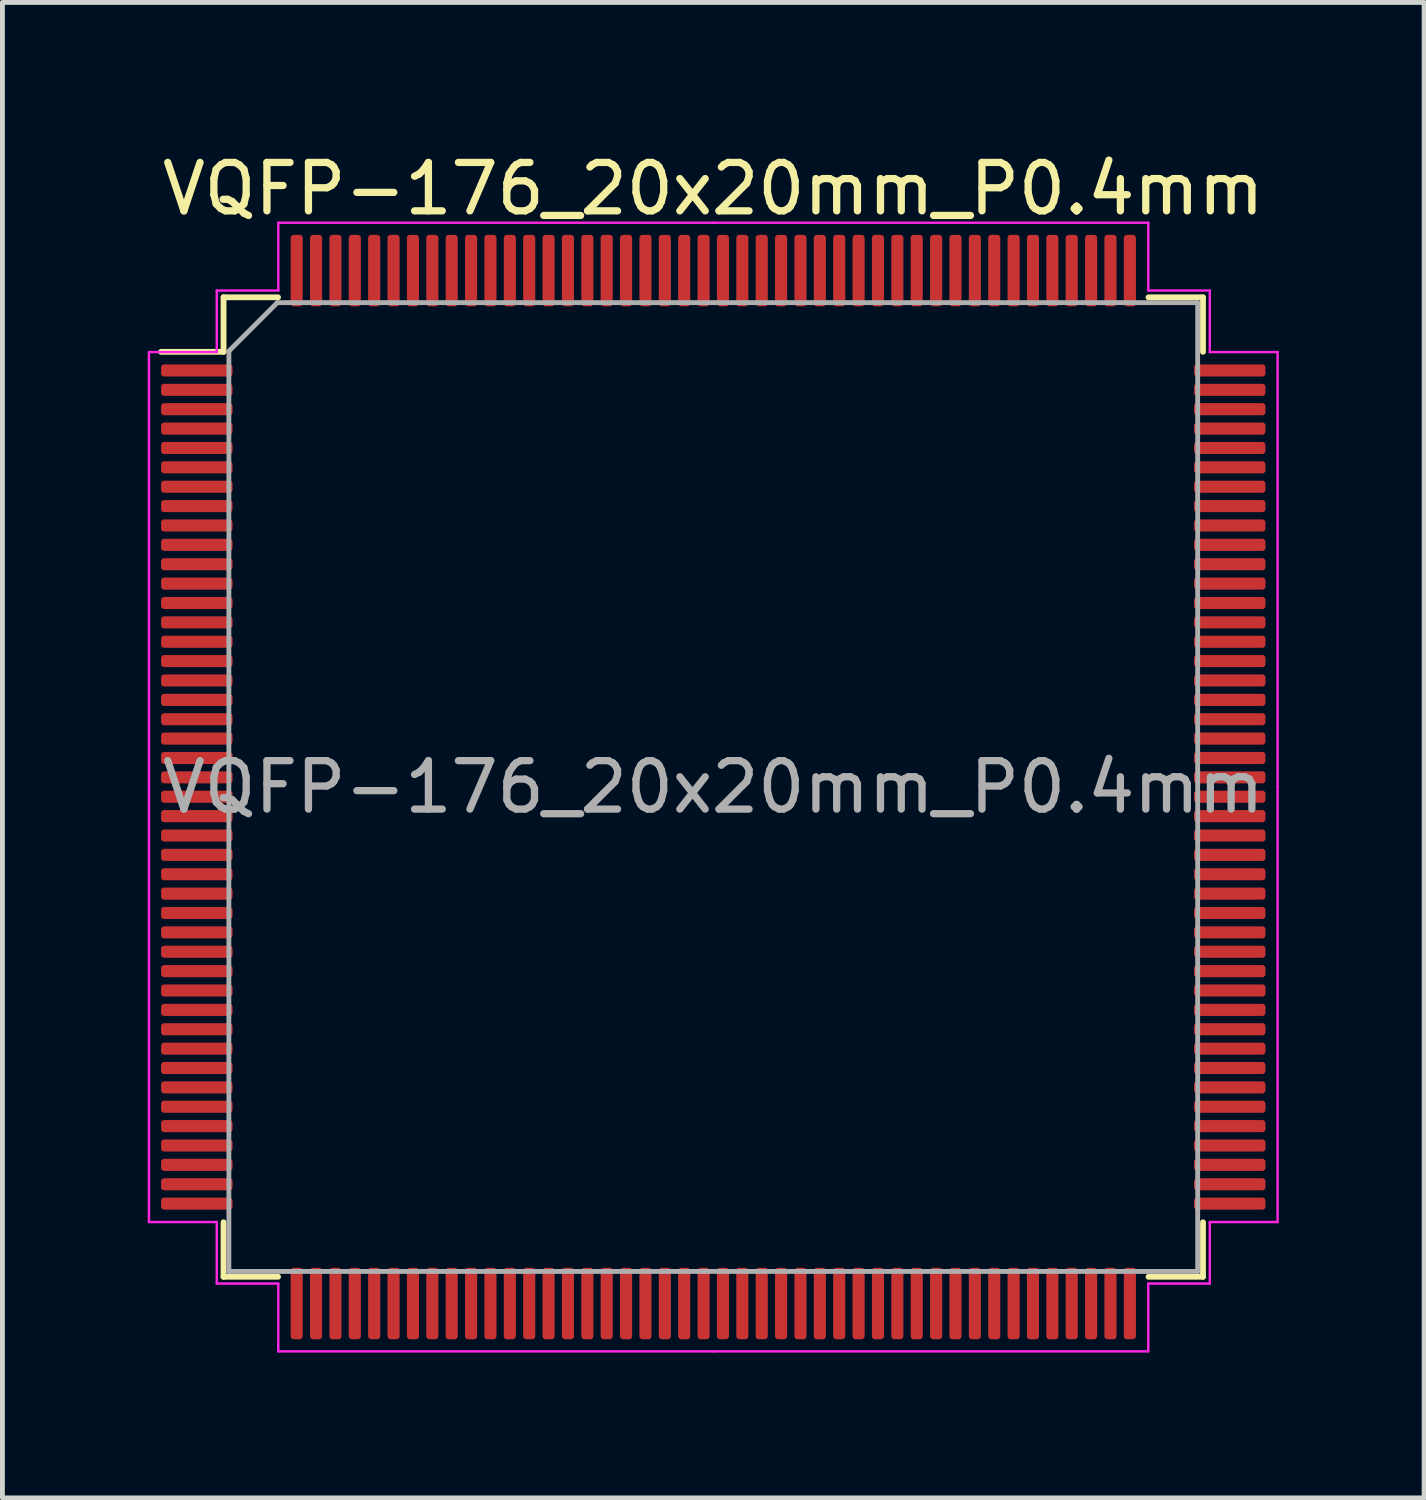
<source format=kicad_pcb>
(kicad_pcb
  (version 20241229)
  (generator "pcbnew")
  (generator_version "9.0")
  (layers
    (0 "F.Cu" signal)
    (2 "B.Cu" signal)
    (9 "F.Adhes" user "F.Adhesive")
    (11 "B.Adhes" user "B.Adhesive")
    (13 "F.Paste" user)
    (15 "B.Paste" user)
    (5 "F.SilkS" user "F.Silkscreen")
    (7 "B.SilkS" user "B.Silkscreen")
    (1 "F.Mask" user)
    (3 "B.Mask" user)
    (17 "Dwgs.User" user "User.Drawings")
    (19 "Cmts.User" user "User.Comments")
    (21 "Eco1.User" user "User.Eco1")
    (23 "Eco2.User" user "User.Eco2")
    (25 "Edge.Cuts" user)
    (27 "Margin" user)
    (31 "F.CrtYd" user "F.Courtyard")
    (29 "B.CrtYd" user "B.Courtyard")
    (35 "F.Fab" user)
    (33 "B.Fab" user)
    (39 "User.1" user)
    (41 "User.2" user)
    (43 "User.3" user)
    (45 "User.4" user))
  (footprint "VQFP-176_20x20mm_P0.4mm"
    (layer "F.Cu")
    (at 11.675 13.198)
    (property "Reference" "VQFP-176_20x20mm_P0.4mm" (at 0 -12.35 0) (layer "F.SilkS") (effects (font (size 1 1) (thickness 0.15))))
    (attr smd)
    (fp_line (start -10.11 -10.11) (end -10.11 -8.985) (stroke (width 0.12) (type solid)) (layer "F.SilkS"))
    (fp_line (start -10.11 -8.985) (end -11.4 -8.985) (stroke (width 0.12) (type solid)) (layer "F.SilkS"))
    (fp_line (start -10.11 10.11) (end -10.11 8.985) (stroke (width 0.12) (type solid)) (layer "F.SilkS"))
    (fp_line (start -8.985 -10.11) (end -10.11 -10.11) (stroke (width 0.12) (type solid)) (layer "F.SilkS"))
    (fp_line (start -8.985 10.11) (end -10.11 10.11) (stroke (width 0.12) (type solid)) (layer "F.SilkS"))
    (fp_line (start 8.985 -10.11) (end 10.11 -10.11) (stroke (width 0.12) (type solid)) (layer "F.SilkS"))
    (fp_line (start 8.985 10.11) (end 10.11 10.11) (stroke (width 0.12) (type solid)) (layer "F.SilkS"))
    (fp_line (start 10.11 -10.11) (end 10.11 -8.985) (stroke (width 0.12) (type solid)) (layer "F.SilkS"))
    (fp_line (start 10.11 10.11) (end 10.11 8.985) (stroke (width 0.12) (type solid)) (layer "F.SilkS"))
    (fp_line (start -11.65 -8.98) (end -11.65 0) (stroke (width 0.05) (type solid)) (layer "F.CrtYd"))
    (fp_line (start -11.65 8.98) (end -11.65 0) (stroke (width 0.05) (type solid)) (layer "F.CrtYd"))
    (fp_line (start -10.25 -10.25) (end -10.25 -8.98) (stroke (width 0.05) (type solid)) (layer "F.CrtYd"))
    (fp_line (start -10.25 -8.98) (end -11.65 -8.98) (stroke (width 0.05) (type solid)) (layer "F.CrtYd"))
    (fp_line (start -10.25 8.98) (end -11.65 8.98) (stroke (width 0.05) (type solid)) (layer "F.CrtYd"))
    (fp_line (start -10.25 10.25) (end -10.25 8.98) (stroke (width 0.05) (type solid)) (layer "F.CrtYd"))
    (fp_line (start -8.98 -11.65) (end -8.98 -10.25) (stroke (width 0.05) (type solid)) (layer "F.CrtYd"))
    (fp_line (start -8.98 -10.25) (end -10.25 -10.25) (stroke (width 0.05) (type solid)) (layer "F.CrtYd"))
    (fp_line (start -8.98 10.25) (end -10.25 10.25) (stroke (width 0.05) (type solid)) (layer "F.CrtYd"))
    (fp_line (start -8.98 11.65) (end -8.98 10.25) (stroke (width 0.05) (type solid)) (layer "F.CrtYd"))
    (fp_line (start 0 -11.65) (end -8.98 -11.65) (stroke (width 0.05) (type solid)) (layer "F.CrtYd"))
    (fp_line (start 0 -11.65) (end 8.98 -11.65) (stroke (width 0.05) (type solid)) (layer "F.CrtYd"))
    (fp_line (start 0 11.65) (end -8.98 11.65) (stroke (width 0.05) (type solid)) (layer "F.CrtYd"))
    (fp_line (start 0 11.65) (end 8.98 11.65) (stroke (width 0.05) (type solid)) (layer "F.CrtYd"))
    (fp_line (start 8.98 -11.65) (end 8.98 -10.25) (stroke (width 0.05) (type solid)) (layer "F.CrtYd"))
    (fp_line (start 8.98 -10.25) (end 10.25 -10.25) (stroke (width 0.05) (type solid)) (layer "F.CrtYd"))
    (fp_line (start 8.98 10.25) (end 10.25 10.25) (stroke (width 0.05) (type solid)) (layer "F.CrtYd"))
    (fp_line (start 8.98 11.65) (end 8.98 10.25) (stroke (width 0.05) (type solid)) (layer "F.CrtYd"))
    (fp_line (start 10.25 -10.25) (end 10.25 -8.98) (stroke (width 0.05) (type solid)) (layer "F.CrtYd"))
    (fp_line (start 10.25 -8.98) (end 11.65 -8.98) (stroke (width 0.05) (type solid)) (layer "F.CrtYd"))
    (fp_line (start 10.25 8.98) (end 11.65 8.98) (stroke (width 0.05) (type solid)) (layer "F.CrtYd"))
    (fp_line (start 10.25 10.25) (end 10.25 8.98) (stroke (width 0.05) (type solid)) (layer "F.CrtYd"))
    (fp_line (start 11.65 -8.98) (end 11.65 0) (stroke (width 0.05) (type solid)) (layer "F.CrtYd"))
    (fp_line (start 11.65 8.98) (end 11.65 0) (stroke (width 0.05) (type solid)) (layer "F.CrtYd"))
    (fp_line (start -10 -9) (end -9 -10) (stroke (width 0.1) (type solid)) (layer "F.Fab"))
    (fp_line (start -10 10) (end -10 -9) (stroke (width 0.1) (type solid)) (layer "F.Fab"))
    (fp_line (start -9 -10) (end 10 -10) (stroke (width 0.1) (type solid)) (layer "F.Fab"))
    (fp_line (start 10 -10) (end 10 10) (stroke (width 0.1) (type solid)) (layer "F.Fab"))
    (fp_line (start 10 10) (end -10 10) (stroke (width 0.1) (type solid)) (layer "F.Fab"))
    (fp_text user "${REFERENCE}" (at 0 0 0) (layer "F.Fab") (effects (font (size 1 1) (thickness 0.15))))
    (pad "1" smd roundrect (at -10.662 -8.6) (size 1.475 0.25) (layers "F.Cu" "F.Mask" "F.Paste") (roundrect_rratio 0.25))
    (pad "2" smd roundrect (at -10.662 -8.2) (size 1.475 0.25) (layers "F.Cu" "F.Mask" "F.Paste") (roundrect_rratio 0.25))
    (pad "3" smd roundrect (at -10.662 -7.8) (size 1.475 0.25) (layers "F.Cu" "F.Mask" "F.Paste") (roundrect_rratio 0.25))
    (pad "4" smd roundrect (at -10.662 -7.4) (size 1.475 0.25) (layers "F.Cu" "F.Mask" "F.Paste") (roundrect_rratio 0.25))
    (pad "5" smd roundrect (at -10.662 -7) (size 1.475 0.25) (layers "F.Cu" "F.Mask" "F.Paste") (roundrect_rratio 0.25))
    (pad "6" smd roundrect (at -10.662 -6.6) (size 1.475 0.25) (layers "F.Cu" "F.Mask" "F.Paste") (roundrect_rratio 0.25))
    (pad "7" smd roundrect (at -10.662 -6.2) (size 1.475 0.25) (layers "F.Cu" "F.Mask" "F.Paste") (roundrect_rratio 0.25))
    (pad "8" smd roundrect (at -10.662 -5.8) (size 1.475 0.25) (layers "F.Cu" "F.Mask" "F.Paste") (roundrect_rratio 0.25))
    (pad "9" smd roundrect (at -10.662 -5.4) (size 1.475 0.25) (layers "F.Cu" "F.Mask" "F.Paste") (roundrect_rratio 0.25))
    (pad "10" smd roundrect (at -10.662 -5) (size 1.475 0.25) (layers "F.Cu" "F.Mask" "F.Paste") (roundrect_rratio 0.25))
    (pad "11" smd roundrect (at -10.662 -4.6) (size 1.475 0.25) (layers "F.Cu" "F.Mask" "F.Paste") (roundrect_rratio 0.25))
    (pad "12" smd roundrect (at -10.662 -4.2) (size 1.475 0.25) (layers "F.Cu" "F.Mask" "F.Paste") (roundrect_rratio 0.25))
    (pad "13" smd roundrect (at -10.662 -3.8) (size 1.475 0.25) (layers "F.Cu" "F.Mask" "F.Paste") (roundrect_rratio 0.25))
    (pad "14" smd roundrect (at -10.662 -3.4) (size 1.475 0.25) (layers "F.Cu" "F.Mask" "F.Paste") (roundrect_rratio 0.25))
    (pad "15" smd roundrect (at -10.662 -3) (size 1.475 0.25) (layers "F.Cu" "F.Mask" "F.Paste") (roundrect_rratio 0.25))
    (pad "16" smd roundrect (at -10.662 -2.6) (size 1.475 0.25) (layers "F.Cu" "F.Mask" "F.Paste") (roundrect_rratio 0.25))
    (pad "17" smd roundrect (at -10.662 -2.2) (size 1.475 0.25) (layers "F.Cu" "F.Mask" "F.Paste") (roundrect_rratio 0.25))
    (pad "18" smd roundrect (at -10.662 -1.8) (size 1.475 0.25) (layers "F.Cu" "F.Mask" "F.Paste") (roundrect_rratio 0.25))
    (pad "19" smd roundrect (at -10.662 -1.4) (size 1.475 0.25) (layers "F.Cu" "F.Mask" "F.Paste") (roundrect_rratio 0.25))
    (pad "20" smd roundrect (at -10.662 -1) (size 1.475 0.25) (layers "F.Cu" "F.Mask" "F.Paste") (roundrect_rratio 0.25))
    (pad "21" smd roundrect (at -10.662 -0.6) (size 1.475 0.25) (layers "F.Cu" "F.Mask" "F.Paste") (roundrect_rratio 0.25))
    (pad "22" smd roundrect (at -10.662 -0.2) (size 1.475 0.25) (layers "F.Cu" "F.Mask" "F.Paste") (roundrect_rratio 0.25))
    (pad "23" smd roundrect (at -10.662 0.2) (size 1.475 0.25) (layers "F.Cu" "F.Mask" "F.Paste") (roundrect_rratio 0.25))
    (pad "24" smd roundrect (at -10.662 0.6) (size 1.475 0.25) (layers "F.Cu" "F.Mask" "F.Paste") (roundrect_rratio 0.25))
    (pad "25" smd roundrect (at -10.662 1) (size 1.475 0.25) (layers "F.Cu" "F.Mask" "F.Paste") (roundrect_rratio 0.25))
    (pad "26" smd roundrect (at -10.662 1.4) (size 1.475 0.25) (layers "F.Cu" "F.Mask" "F.Paste") (roundrect_rratio 0.25))
    (pad "27" smd roundrect (at -10.662 1.8) (size 1.475 0.25) (layers "F.Cu" "F.Mask" "F.Paste") (roundrect_rratio 0.25))
    (pad "28" smd roundrect (at -10.662 2.2) (size 1.475 0.25) (layers "F.Cu" "F.Mask" "F.Paste") (roundrect_rratio 0.25))
    (pad "29" smd roundrect (at -10.662 2.6) (size 1.475 0.25) (layers "F.Cu" "F.Mask" "F.Paste") (roundrect_rratio 0.25))
    (pad "30" smd roundrect (at -10.662 3) (size 1.475 0.25) (layers "F.Cu" "F.Mask" "F.Paste") (roundrect_rratio 0.25))
    (pad "31" smd roundrect (at -10.662 3.4) (size 1.475 0.25) (layers "F.Cu" "F.Mask" "F.Paste") (roundrect_rratio 0.25))
    (pad "32" smd roundrect (at -10.662 3.8) (size 1.475 0.25) (layers "F.Cu" "F.Mask" "F.Paste") (roundrect_rratio 0.25))
    (pad "33" smd roundrect (at -10.662 4.2) (size 1.475 0.25) (layers "F.Cu" "F.Mask" "F.Paste") (roundrect_rratio 0.25))
    (pad "34" smd roundrect (at -10.662 4.6) (size 1.475 0.25) (layers "F.Cu" "F.Mask" "F.Paste") (roundrect_rratio 0.25))
    (pad "35" smd roundrect (at -10.662 5) (size 1.475 0.25) (layers "F.Cu" "F.Mask" "F.Paste") (roundrect_rratio 0.25))
    (pad "36" smd roundrect (at -10.662 5.4) (size 1.475 0.25) (layers "F.Cu" "F.Mask" "F.Paste") (roundrect_rratio 0.25))
    (pad "37" smd roundrect (at -10.662 5.8) (size 1.475 0.25) (layers "F.Cu" "F.Mask" "F.Paste") (roundrect_rratio 0.25))
    (pad "38" smd roundrect (at -10.662 6.2) (size 1.475 0.25) (layers "F.Cu" "F.Mask" "F.Paste") (roundrect_rratio 0.25))
    (pad "39" smd roundrect (at -10.662 6.6) (size 1.475 0.25) (layers "F.Cu" "F.Mask" "F.Paste") (roundrect_rratio 0.25))
    (pad "40" smd roundrect (at -10.662 7) (size 1.475 0.25) (layers "F.Cu" "F.Mask" "F.Paste") (roundrect_rratio 0.25))
    (pad "41" smd roundrect (at -10.662 7.4) (size 1.475 0.25) (layers "F.Cu" "F.Mask" "F.Paste") (roundrect_rratio 0.25))
    (pad "42" smd roundrect (at -10.662 7.8) (size 1.475 0.25) (layers "F.Cu" "F.Mask" "F.Paste") (roundrect_rratio 0.25))
    (pad "43" smd roundrect (at -10.662 8.2) (size 1.475 0.25) (layers "F.Cu" "F.Mask" "F.Paste") (roundrect_rratio 0.25))
    (pad "44" smd roundrect (at -10.662 8.6) (size 1.475 0.25) (layers "F.Cu" "F.Mask" "F.Paste") (roundrect_rratio 0.25))
    (pad "45" smd roundrect (at -8.6 10.662) (size 0.25 1.475) (layers "F.Cu" "F.Mask" "F.Paste") (roundrect_rratio 0.25))
    (pad "46" smd roundrect (at -8.2 10.662) (size 0.25 1.475) (layers "F.Cu" "F.Mask" "F.Paste") (roundrect_rratio 0.25))
    (pad "47" smd roundrect (at -7.8 10.662) (size 0.25 1.475) (layers "F.Cu" "F.Mask" "F.Paste") (roundrect_rratio 0.25))
    (pad "48" smd roundrect (at -7.4 10.662) (size 0.25 1.475) (layers "F.Cu" "F.Mask" "F.Paste") (roundrect_rratio 0.25))
    (pad "49" smd roundrect (at -7 10.662) (size 0.25 1.475) (layers "F.Cu" "F.Mask" "F.Paste") (roundrect_rratio 0.25))
    (pad "50" smd roundrect (at -6.6 10.662) (size 0.25 1.475) (layers "F.Cu" "F.Mask" "F.Paste") (roundrect_rratio 0.25))
    (pad "51" smd roundrect (at -6.2 10.662) (size 0.25 1.475) (layers "F.Cu" "F.Mask" "F.Paste") (roundrect_rratio 0.25))
    (pad "52" smd roundrect (at -5.8 10.662) (size 0.25 1.475) (layers "F.Cu" "F.Mask" "F.Paste") (roundrect_rratio 0.25))
    (pad "53" smd roundrect (at -5.4 10.662) (size 0.25 1.475) (layers "F.Cu" "F.Mask" "F.Paste") (roundrect_rratio 0.25))
    (pad "54" smd roundrect (at -5 10.662) (size 0.25 1.475) (layers "F.Cu" "F.Mask" "F.Paste") (roundrect_rratio 0.25))
    (pad "55" smd roundrect (at -4.6 10.662) (size 0.25 1.475) (layers "F.Cu" "F.Mask" "F.Paste") (roundrect_rratio 0.25))
    (pad "56" smd roundrect (at -4.2 10.662) (size 0.25 1.475) (layers "F.Cu" "F.Mask" "F.Paste") (roundrect_rratio 0.25))
    (pad "57" smd roundrect (at -3.8 10.662) (size 0.25 1.475) (layers "F.Cu" "F.Mask" "F.Paste") (roundrect_rratio 0.25))
    (pad "58" smd roundrect (at -3.4 10.662) (size 0.25 1.475) (layers "F.Cu" "F.Mask" "F.Paste") (roundrect_rratio 0.25))
    (pad "59" smd roundrect (at -3 10.662) (size 0.25 1.475) (layers "F.Cu" "F.Mask" "F.Paste") (roundrect_rratio 0.25))
    (pad "60" smd roundrect (at -2.6 10.662) (size 0.25 1.475) (layers "F.Cu" "F.Mask" "F.Paste") (roundrect_rratio 0.25))
    (pad "61" smd roundrect (at -2.2 10.662) (size 0.25 1.475) (layers "F.Cu" "F.Mask" "F.Paste") (roundrect_rratio 0.25))
    (pad "62" smd roundrect (at -1.8 10.662) (size 0.25 1.475) (layers "F.Cu" "F.Mask" "F.Paste") (roundrect_rratio 0.25))
    (pad "63" smd roundrect (at -1.4 10.662) (size 0.25 1.475) (layers "F.Cu" "F.Mask" "F.Paste") (roundrect_rratio 0.25))
    (pad "64" smd roundrect (at -1 10.662) (size 0.25 1.475) (layers "F.Cu" "F.Mask" "F.Paste") (roundrect_rratio 0.25))
    (pad "65" smd roundrect (at -0.6 10.662) (size 0.25 1.475) (layers "F.Cu" "F.Mask" "F.Paste") (roundrect_rratio 0.25))
    (pad "66" smd roundrect (at -0.2 10.662) (size 0.25 1.475) (layers "F.Cu" "F.Mask" "F.Paste") (roundrect_rratio 0.25))
    (pad "67" smd roundrect (at 0.2 10.662) (size 0.25 1.475) (layers "F.Cu" "F.Mask" "F.Paste") (roundrect_rratio 0.25))
    (pad "68" smd roundrect (at 0.6 10.662) (size 0.25 1.475) (layers "F.Cu" "F.Mask" "F.Paste") (roundrect_rratio 0.25))
    (pad "69" smd roundrect (at 1 10.662) (size 0.25 1.475) (layers "F.Cu" "F.Mask" "F.Paste") (roundrect_rratio 0.25))
    (pad "70" smd roundrect (at 1.4 10.662) (size 0.25 1.475) (layers "F.Cu" "F.Mask" "F.Paste") (roundrect_rratio 0.25))
    (pad "71" smd roundrect (at 1.8 10.662) (size 0.25 1.475) (layers "F.Cu" "F.Mask" "F.Paste") (roundrect_rratio 0.25))
    (pad "72" smd roundrect (at 2.2 10.662) (size 0.25 1.475) (layers "F.Cu" "F.Mask" "F.Paste") (roundrect_rratio 0.25))
    (pad "73" smd roundrect (at 2.6 10.662) (size 0.25 1.475) (layers "F.Cu" "F.Mask" "F.Paste") (roundrect_rratio 0.25))
    (pad "74" smd roundrect (at 3 10.662) (size 0.25 1.475) (layers "F.Cu" "F.Mask" "F.Paste") (roundrect_rratio 0.25))
    (pad "75" smd roundrect (at 3.4 10.662) (size 0.25 1.475) (layers "F.Cu" "F.Mask" "F.Paste") (roundrect_rratio 0.25))
    (pad "76" smd roundrect (at 3.8 10.662) (size 0.25 1.475) (layers "F.Cu" "F.Mask" "F.Paste") (roundrect_rratio 0.25))
    (pad "77" smd roundrect (at 4.2 10.662) (size 0.25 1.475) (layers "F.Cu" "F.Mask" "F.Paste") (roundrect_rratio 0.25))
    (pad "78" smd roundrect (at 4.6 10.662) (size 0.25 1.475) (layers "F.Cu" "F.Mask" "F.Paste") (roundrect_rratio 0.25))
    (pad "79" smd roundrect (at 5 10.662) (size 0.25 1.475) (layers "F.Cu" "F.Mask" "F.Paste") (roundrect_rratio 0.25))
    (pad "80" smd roundrect (at 5.4 10.662) (size 0.25 1.475) (layers "F.Cu" "F.Mask" "F.Paste") (roundrect_rratio 0.25))
    (pad "81" smd roundrect (at 5.8 10.662) (size 0.25 1.475) (layers "F.Cu" "F.Mask" "F.Paste") (roundrect_rratio 0.25))
    (pad "82" smd roundrect (at 6.2 10.662) (size 0.25 1.475) (layers "F.Cu" "F.Mask" "F.Paste") (roundrect_rratio 0.25))
    (pad "83" smd roundrect (at 6.6 10.662) (size 0.25 1.475) (layers "F.Cu" "F.Mask" "F.Paste") (roundrect_rratio 0.25))
    (pad "84" smd roundrect (at 7 10.662) (size 0.25 1.475) (layers "F.Cu" "F.Mask" "F.Paste") (roundrect_rratio 0.25))
    (pad "85" smd roundrect (at 7.4 10.662) (size 0.25 1.475) (layers "F.Cu" "F.Mask" "F.Paste") (roundrect_rratio 0.25))
    (pad "86" smd roundrect (at 7.8 10.662) (size 0.25 1.475) (layers "F.Cu" "F.Mask" "F.Paste") (roundrect_rratio 0.25))
    (pad "87" smd roundrect (at 8.2 10.662) (size 0.25 1.475) (layers "F.Cu" "F.Mask" "F.Paste") (roundrect_rratio 0.25))
    (pad "88" smd roundrect (at 8.6 10.662) (size 0.25 1.475) (layers "F.Cu" "F.Mask" "F.Paste") (roundrect_rratio 0.25))
    (pad "89" smd roundrect (at 10.662 8.6) (size 1.475 0.25) (layers "F.Cu" "F.Mask" "F.Paste") (roundrect_rratio 0.25))
    (pad "90" smd roundrect (at 10.662 8.2) (size 1.475 0.25) (layers "F.Cu" "F.Mask" "F.Paste") (roundrect_rratio 0.25))
    (pad "91" smd roundrect (at 10.662 7.8) (size 1.475 0.25) (layers "F.Cu" "F.Mask" "F.Paste") (roundrect_rratio 0.25))
    (pad "92" smd roundrect (at 10.662 7.4) (size 1.475 0.25) (layers "F.Cu" "F.Mask" "F.Paste") (roundrect_rratio 0.25))
    (pad "93" smd roundrect (at 10.662 7) (size 1.475 0.25) (layers "F.Cu" "F.Mask" "F.Paste") (roundrect_rratio 0.25))
    (pad "94" smd roundrect (at 10.662 6.6) (size 1.475 0.25) (layers "F.Cu" "F.Mask" "F.Paste") (roundrect_rratio 0.25))
    (pad "95" smd roundrect (at 10.662 6.2) (size 1.475 0.25) (layers "F.Cu" "F.Mask" "F.Paste") (roundrect_rratio 0.25))
    (pad "96" smd roundrect (at 10.662 5.8) (size 1.475 0.25) (layers "F.Cu" "F.Mask" "F.Paste") (roundrect_rratio 0.25))
    (pad "97" smd roundrect (at 10.662 5.4) (size 1.475 0.25) (layers "F.Cu" "F.Mask" "F.Paste") (roundrect_rratio 0.25))
    (pad "98" smd roundrect (at 10.662 5) (size 1.475 0.25) (layers "F.Cu" "F.Mask" "F.Paste") (roundrect_rratio 0.25))
    (pad "99" smd roundrect (at 10.662 4.6) (size 1.475 0.25) (layers "F.Cu" "F.Mask" "F.Paste") (roundrect_rratio 0.25))
    (pad "100" smd roundrect (at 10.662 4.2) (size 1.475 0.25) (layers "F.Cu" "F.Mask" "F.Paste") (roundrect_rratio 0.25))
    (pad "101" smd roundrect (at 10.662 3.8) (size 1.475 0.25) (layers "F.Cu" "F.Mask" "F.Paste") (roundrect_rratio 0.25))
    (pad "102" smd roundrect (at 10.662 3.4) (size 1.475 0.25) (layers "F.Cu" "F.Mask" "F.Paste") (roundrect_rratio 0.25))
    (pad "103" smd roundrect (at 10.662 3) (size 1.475 0.25) (layers "F.Cu" "F.Mask" "F.Paste") (roundrect_rratio 0.25))
    (pad "104" smd roundrect (at 10.662 2.6) (size 1.475 0.25) (layers "F.Cu" "F.Mask" "F.Paste") (roundrect_rratio 0.25))
    (pad "105" smd roundrect (at 10.662 2.2) (size 1.475 0.25) (layers "F.Cu" "F.Mask" "F.Paste") (roundrect_rratio 0.25))
    (pad "106" smd roundrect (at 10.662 1.8) (size 1.475 0.25) (layers "F.Cu" "F.Mask" "F.Paste") (roundrect_rratio 0.25))
    (pad "107" smd roundrect (at 10.662 1.4) (size 1.475 0.25) (layers "F.Cu" "F.Mask" "F.Paste") (roundrect_rratio 0.25))
    (pad "108" smd roundrect (at 10.662 1) (size 1.475 0.25) (layers "F.Cu" "F.Mask" "F.Paste") (roundrect_rratio 0.25))
    (pad "109" smd roundrect (at 10.662 0.6) (size 1.475 0.25) (layers "F.Cu" "F.Mask" "F.Paste") (roundrect_rratio 0.25))
    (pad "110" smd roundrect (at 10.662 0.2) (size 1.475 0.25) (layers "F.Cu" "F.Mask" "F.Paste") (roundrect_rratio 0.25))
    (pad "111" smd roundrect (at 10.662 -0.2) (size 1.475 0.25) (layers "F.Cu" "F.Mask" "F.Paste") (roundrect_rratio 0.25))
    (pad "112" smd roundrect (at 10.662 -0.6) (size 1.475 0.25) (layers "F.Cu" "F.Mask" "F.Paste") (roundrect_rratio 0.25))
    (pad "113" smd roundrect (at 10.662 -1) (size 1.475 0.25) (layers "F.Cu" "F.Mask" "F.Paste") (roundrect_rratio 0.25))
    (pad "114" smd roundrect (at 10.662 -1.4) (size 1.475 0.25) (layers "F.Cu" "F.Mask" "F.Paste") (roundrect_rratio 0.25))
    (pad "115" smd roundrect (at 10.662 -1.8) (size 1.475 0.25) (layers "F.Cu" "F.Mask" "F.Paste") (roundrect_rratio 0.25))
    (pad "116" smd roundrect (at 10.662 -2.2) (size 1.475 0.25) (layers "F.Cu" "F.Mask" "F.Paste") (roundrect_rratio 0.25))
    (pad "117" smd roundrect (at 10.662 -2.6) (size 1.475 0.25) (layers "F.Cu" "F.Mask" "F.Paste") (roundrect_rratio 0.25))
    (pad "118" smd roundrect (at 10.662 -3) (size 1.475 0.25) (layers "F.Cu" "F.Mask" "F.Paste") (roundrect_rratio 0.25))
    (pad "119" smd roundrect (at 10.662 -3.4) (size 1.475 0.25) (layers "F.Cu" "F.Mask" "F.Paste") (roundrect_rratio 0.25))
    (pad "120" smd roundrect (at 10.662 -3.8) (size 1.475 0.25) (layers "F.Cu" "F.Mask" "F.Paste") (roundrect_rratio 0.25))
    (pad "121" smd roundrect (at 10.662 -4.2) (size 1.475 0.25) (layers "F.Cu" "F.Mask" "F.Paste") (roundrect_rratio 0.25))
    (pad "122" smd roundrect (at 10.662 -4.6) (size 1.475 0.25) (layers "F.Cu" "F.Mask" "F.Paste") (roundrect_rratio 0.25))
    (pad "123" smd roundrect (at 10.662 -5) (size 1.475 0.25) (layers "F.Cu" "F.Mask" "F.Paste") (roundrect_rratio 0.25))
    (pad "124" smd roundrect (at 10.662 -5.4) (size 1.475 0.25) (layers "F.Cu" "F.Mask" "F.Paste") (roundrect_rratio 0.25))
    (pad "125" smd roundrect (at 10.662 -5.8) (size 1.475 0.25) (layers "F.Cu" "F.Mask" "F.Paste") (roundrect_rratio 0.25))
    (pad "126" smd roundrect (at 10.662 -6.2) (size 1.475 0.25) (layers "F.Cu" "F.Mask" "F.Paste") (roundrect_rratio 0.25))
    (pad "127" smd roundrect (at 10.662 -6.6) (size 1.475 0.25) (layers "F.Cu" "F.Mask" "F.Paste") (roundrect_rratio 0.25))
    (pad "128" smd roundrect (at 10.662 -7) (size 1.475 0.25) (layers "F.Cu" "F.Mask" "F.Paste") (roundrect_rratio 0.25))
    (pad "129" smd roundrect (at 10.662 -7.4) (size 1.475 0.25) (layers "F.Cu" "F.Mask" "F.Paste") (roundrect_rratio 0.25))
    (pad "130" smd roundrect (at 10.662 -7.8) (size 1.475 0.25) (layers "F.Cu" "F.Mask" "F.Paste") (roundrect_rratio 0.25))
    (pad "131" smd roundrect (at 10.662 -8.2) (size 1.475 0.25) (layers "F.Cu" "F.Mask" "F.Paste") (roundrect_rratio 0.25))
    (pad "132" smd roundrect (at 10.662 -8.6) (size 1.475 0.25) (layers "F.Cu" "F.Mask" "F.Paste") (roundrect_rratio 0.25))
    (pad "133" smd roundrect (at 8.6 -10.662) (size 0.25 1.475) (layers "F.Cu" "F.Mask" "F.Paste") (roundrect_rratio 0.25))
    (pad "134" smd roundrect (at 8.2 -10.662) (size 0.25 1.475) (layers "F.Cu" "F.Mask" "F.Paste") (roundrect_rratio 0.25))
    (pad "135" smd roundrect (at 7.8 -10.662) (size 0.25 1.475) (layers "F.Cu" "F.Mask" "F.Paste") (roundrect_rratio 0.25))
    (pad "136" smd roundrect (at 7.4 -10.662) (size 0.25 1.475) (layers "F.Cu" "F.Mask" "F.Paste") (roundrect_rratio 0.25))
    (pad "137" smd roundrect (at 7 -10.662) (size 0.25 1.475) (layers "F.Cu" "F.Mask" "F.Paste") (roundrect_rratio 0.25))
    (pad "138" smd roundrect (at 6.6 -10.662) (size 0.25 1.475) (layers "F.Cu" "F.Mask" "F.Paste") (roundrect_rratio 0.25))
    (pad "139" smd roundrect (at 6.2 -10.662) (size 0.25 1.475) (layers "F.Cu" "F.Mask" "F.Paste") (roundrect_rratio 0.25))
    (pad "140" smd roundrect (at 5.8 -10.662) (size 0.25 1.475) (layers "F.Cu" "F.Mask" "F.Paste") (roundrect_rratio 0.25))
    (pad "141" smd roundrect (at 5.4 -10.662) (size 0.25 1.475) (layers "F.Cu" "F.Mask" "F.Paste") (roundrect_rratio 0.25))
    (pad "142" smd roundrect (at 5 -10.662) (size 0.25 1.475) (layers "F.Cu" "F.Mask" "F.Paste") (roundrect_rratio 0.25))
    (pad "143" smd roundrect (at 4.6 -10.662) (size 0.25 1.475) (layers "F.Cu" "F.Mask" "F.Paste") (roundrect_rratio 0.25))
    (pad "144" smd roundrect (at 4.2 -10.662) (size 0.25 1.475) (layers "F.Cu" "F.Mask" "F.Paste") (roundrect_rratio 0.25))
    (pad "145" smd roundrect (at 3.8 -10.662) (size 0.25 1.475) (layers "F.Cu" "F.Mask" "F.Paste") (roundrect_rratio 0.25))
    (pad "146" smd roundrect (at 3.4 -10.662) (size 0.25 1.475) (layers "F.Cu" "F.Mask" "F.Paste") (roundrect_rratio 0.25))
    (pad "147" smd roundrect (at 3 -10.662) (size 0.25 1.475) (layers "F.Cu" "F.Mask" "F.Paste") (roundrect_rratio 0.25))
    (pad "148" smd roundrect (at 2.6 -10.662) (size 0.25 1.475) (layers "F.Cu" "F.Mask" "F.Paste") (roundrect_rratio 0.25))
    (pad "149" smd roundrect (at 2.2 -10.662) (size 0.25 1.475) (layers "F.Cu" "F.Mask" "F.Paste") (roundrect_rratio 0.25))
    (pad "150" smd roundrect (at 1.8 -10.662) (size 0.25 1.475) (layers "F.Cu" "F.Mask" "F.Paste") (roundrect_rratio 0.25))
    (pad "151" smd roundrect (at 1.4 -10.662) (size 0.25 1.475) (layers "F.Cu" "F.Mask" "F.Paste") (roundrect_rratio 0.25))
    (pad "152" smd roundrect (at 1 -10.662) (size 0.25 1.475) (layers "F.Cu" "F.Mask" "F.Paste") (roundrect_rratio 0.25))
    (pad "153" smd roundrect (at 0.6 -10.662) (size 0.25 1.475) (layers "F.Cu" "F.Mask" "F.Paste") (roundrect_rratio 0.25))
    (pad "154" smd roundrect (at 0.2 -10.662) (size 0.25 1.475) (layers "F.Cu" "F.Mask" "F.Paste") (roundrect_rratio 0.25))
    (pad "155" smd roundrect (at -0.2 -10.662) (size 0.25 1.475) (layers "F.Cu" "F.Mask" "F.Paste") (roundrect_rratio 0.25))
    (pad "156" smd roundrect (at -0.6 -10.662) (size 0.25 1.475) (layers "F.Cu" "F.Mask" "F.Paste") (roundrect_rratio 0.25))
    (pad "157" smd roundrect (at -1 -10.662) (size 0.25 1.475) (layers "F.Cu" "F.Mask" "F.Paste") (roundrect_rratio 0.25))
    (pad "158" smd roundrect (at -1.4 -10.662) (size 0.25 1.475) (layers "F.Cu" "F.Mask" "F.Paste") (roundrect_rratio 0.25))
    (pad "159" smd roundrect (at -1.8 -10.662) (size 0.25 1.475) (layers "F.Cu" "F.Mask" "F.Paste") (roundrect_rratio 0.25))
    (pad "160" smd roundrect (at -2.2 -10.662) (size 0.25 1.475) (layers "F.Cu" "F.Mask" "F.Paste") (roundrect_rratio 0.25))
    (pad "161" smd roundrect (at -2.6 -10.662) (size 0.25 1.475) (layers "F.Cu" "F.Mask" "F.Paste") (roundrect_rratio 0.25))
    (pad "162" smd roundrect (at -3 -10.662) (size 0.25 1.475) (layers "F.Cu" "F.Mask" "F.Paste") (roundrect_rratio 0.25))
    (pad "163" smd roundrect (at -3.4 -10.662) (size 0.25 1.475) (layers "F.Cu" "F.Mask" "F.Paste") (roundrect_rratio 0.25))
    (pad "164" smd roundrect (at -3.8 -10.662) (size 0.25 1.475) (layers "F.Cu" "F.Mask" "F.Paste") (roundrect_rratio 0.25))
    (pad "165" smd roundrect (at -4.2 -10.662) (size 0.25 1.475) (layers "F.Cu" "F.Mask" "F.Paste") (roundrect_rratio 0.25))
    (pad "166" smd roundrect (at -4.6 -10.662) (size 0.25 1.475) (layers "F.Cu" "F.Mask" "F.Paste") (roundrect_rratio 0.25))
    (pad "167" smd roundrect (at -5 -10.662) (size 0.25 1.475) (layers "F.Cu" "F.Mask" "F.Paste") (roundrect_rratio 0.25))
    (pad "168" smd roundrect (at -5.4 -10.662) (size 0.25 1.475) (layers "F.Cu" "F.Mask" "F.Paste") (roundrect_rratio 0.25))
    (pad "169" smd roundrect (at -5.8 -10.662) (size 0.25 1.475) (layers "F.Cu" "F.Mask" "F.Paste") (roundrect_rratio 0.25))
    (pad "170" smd roundrect (at -6.2 -10.662) (size 0.25 1.475) (layers "F.Cu" "F.Mask" "F.Paste") (roundrect_rratio 0.25))
    (pad "171" smd roundrect (at -6.6 -10.662) (size 0.25 1.475) (layers "F.Cu" "F.Mask" "F.Paste") (roundrect_rratio 0.25))
    (pad "172" smd roundrect (at -7 -10.662) (size 0.25 1.475) (layers "F.Cu" "F.Mask" "F.Paste") (roundrect_rratio 0.25))
    (pad "173" smd roundrect (at -7.4 -10.662) (size 0.25 1.475) (layers "F.Cu" "F.Mask" "F.Paste") (roundrect_rratio 0.25))
    (pad "174" smd roundrect (at -7.8 -10.662) (size 0.25 1.475) (layers "F.Cu" "F.Mask" "F.Paste") (roundrect_rratio 0.25))
    (pad "175" smd roundrect (at -8.2 -10.662) (size 0.25 1.475) (layers "F.Cu" "F.Mask" "F.Paste") (roundrect_rratio 0.25))
    (pad "176" smd roundrect (at -8.6 -10.662) (size 0.25 1.475) (layers "F.Cu" "F.Mask" "F.Paste") (roundrect_rratio 0.25)))
  (gr_rect
    (start -3 -3)
    (end 26.35 27.873)
    (stroke (width 0.1) (type default))
    (fill no)
    (layer "Edge.Cuts")))
</source>
